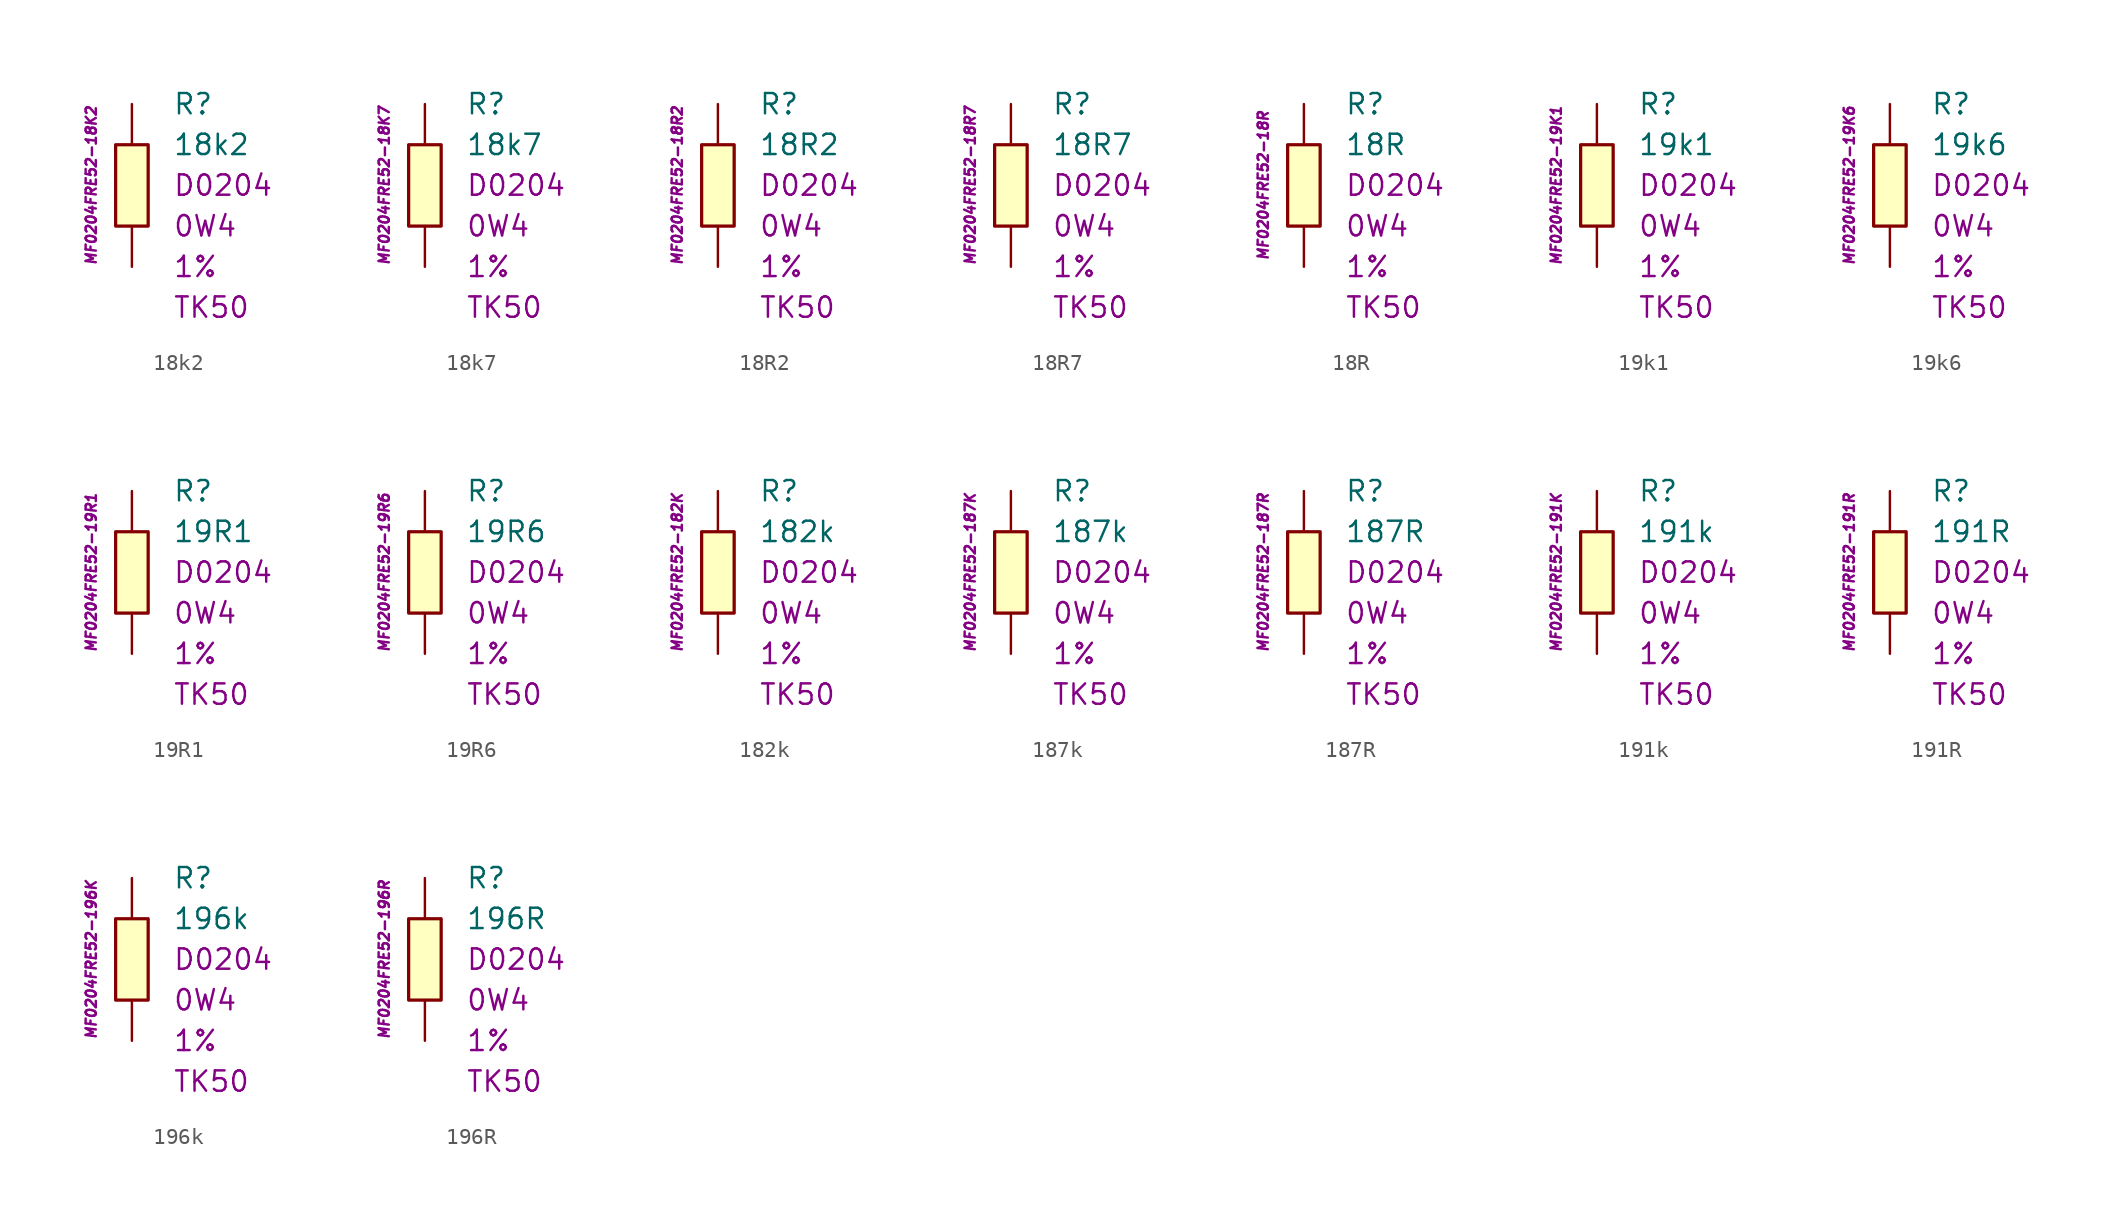
<source format=kicad_sym>
(kicad_symbol_lib
  (version 20201005)
  (generator kicad_symbol_editor)
  (symbol "18k2"
    (pin_numbers hide)
    (pin_names
      (offset 1.016) hide)
    (property "Reference" "R"
      (at 2.54 5.08 0)
      (effects (font (size 1.27 1.27)) (justify left)))
    (property "Value" "18k2"
      (at 2.54 2.54 0)
      (effects (font (size 1.27 1.27)) (justify left)))
    (property "Package" "D0204"
      (at 2.54 0 0)
      (effects (font (size 1.27 1.27)) (justify left)))
    (property "Power" "0W4"
      (at 2.54 -2.54 0)
      (effects (font (size 1.27 1.27)) (justify left)))
    (property "Tolerance" "1%"
      (at 2.54 -5.08 0)
      (effects (font (size 1.27 1.27)) (justify left)))
    (property "TK" "TK50"
      (at 2.54 -7.62 0)
      (effects (font (size 1.27 1.27)) (justify left)))
    (property "ID" "MF0204FRE52-18K2"
      (at -2.54 0 90)
      (effects (font (size 0.635 0.635) italic)))
    (symbol "18k2_0_1"
      (rectangle (start -1.016 2.54) (end 1.016 -2.54) (stroke (width 0.203)) (fill (type background))))
    (symbol "18k2_1_1"
      (pin passive line (at 0 5.08 270) (length 2.54) (name "~" (effects (font (size 1.778 1.778)))) (number "1" (effects (font (size 1.778 1.778)))))
      (pin passive line (at 0 -5.08 90) (length 2.54) (name "~" (effects (font (size 1.778 1.778)))) (number "2" (effects (font (size 1.778 1.778)))))))
  (symbol "18k7"
    (pin_numbers hide)
    (pin_names
      (offset 1.016) hide)
    (property "Reference" "R"
      (at 2.54 5.08 0)
      (effects (font (size 1.27 1.27)) (justify left)))
    (property "Value" "18k7"
      (at 2.54 2.54 0)
      (effects (font (size 1.27 1.27)) (justify left)))
    (property "Package" "D0204"
      (at 2.54 0 0)
      (effects (font (size 1.27 1.27)) (justify left)))
    (property "Power" "0W4"
      (at 2.54 -2.54 0)
      (effects (font (size 1.27 1.27)) (justify left)))
    (property "Tolerance" "1%"
      (at 2.54 -5.08 0)
      (effects (font (size 1.27 1.27)) (justify left)))
    (property "TK" "TK50"
      (at 2.54 -7.62 0)
      (effects (font (size 1.27 1.27)) (justify left)))
    (property "ID" "MF0204FRE52-18K7"
      (at -2.54 0 90)
      (effects (font (size 0.635 0.635) italic)))
    (symbol "18k7_0_1"
      (rectangle (start -1.016 2.54) (end 1.016 -2.54) (stroke (width 0.203)) (fill (type background))))
    (symbol "18k7_1_1"
      (pin passive line (at 0 5.08 270) (length 2.54) (name "~" (effects (font (size 1.778 1.778)))) (number "1" (effects (font (size 1.778 1.778)))))
      (pin passive line (at 0 -5.08 90) (length 2.54) (name "~" (effects (font (size 1.778 1.778)))) (number "2" (effects (font (size 1.778 1.778)))))))
  (symbol "18R2"
    (pin_numbers hide)
    (pin_names
      (offset 1.016) hide)
    (property "Reference" "R"
      (at 2.54 5.08 0)
      (effects (font (size 1.27 1.27)) (justify left)))
    (property "Value" "18R2"
      (at 2.54 2.54 0)
      (effects (font (size 1.27 1.27)) (justify left)))
    (property "Package" "D0204"
      (at 2.54 0 0)
      (effects (font (size 1.27 1.27)) (justify left)))
    (property "Power" "0W4"
      (at 2.54 -2.54 0)
      (effects (font (size 1.27 1.27)) (justify left)))
    (property "Tolerance" "1%"
      (at 2.54 -5.08 0)
      (effects (font (size 1.27 1.27)) (justify left)))
    (property "TK" "TK50"
      (at 2.54 -7.62 0)
      (effects (font (size 1.27 1.27)) (justify left)))
    (property "ID" "MF0204FRE52-18R2"
      (at -2.54 0 90)
      (effects (font (size 0.635 0.635) italic)))
    (symbol "18R2_0_1"
      (rectangle (start -1.016 2.54) (end 1.016 -2.54) (stroke (width 0.203)) (fill (type background))))
    (symbol "18R2_1_1"
      (pin passive line (at 0 5.08 270) (length 2.54) (name "~" (effects (font (size 1.778 1.778)))) (number "1" (effects (font (size 1.778 1.778)))))
      (pin passive line (at 0 -5.08 90) (length 2.54) (name "~" (effects (font (size 1.778 1.778)))) (number "2" (effects (font (size 1.778 1.778)))))))
  (symbol "18R7"
    (pin_numbers hide)
    (pin_names
      (offset 1.016) hide)
    (property "Reference" "R"
      (at 2.54 5.08 0)
      (effects (font (size 1.27 1.27)) (justify left)))
    (property "Value" "18R7"
      (at 2.54 2.54 0)
      (effects (font (size 1.27 1.27)) (justify left)))
    (property "Package" "D0204"
      (at 2.54 0 0)
      (effects (font (size 1.27 1.27)) (justify left)))
    (property "Power" "0W4"
      (at 2.54 -2.54 0)
      (effects (font (size 1.27 1.27)) (justify left)))
    (property "Tolerance" "1%"
      (at 2.54 -5.08 0)
      (effects (font (size 1.27 1.27)) (justify left)))
    (property "TK" "TK50"
      (at 2.54 -7.62 0)
      (effects (font (size 1.27 1.27)) (justify left)))
    (property "ID" "MF0204FRE52-18R7"
      (at -2.54 0 90)
      (effects (font (size 0.635 0.635) italic)))
    (symbol "18R7_0_1"
      (rectangle (start -1.016 2.54) (end 1.016 -2.54) (stroke (width 0.203)) (fill (type background))))
    (symbol "18R7_1_1"
      (pin passive line (at 0 5.08 270) (length 2.54) (name "~" (effects (font (size 1.778 1.778)))) (number "1" (effects (font (size 1.778 1.778)))))
      (pin passive line (at 0 -5.08 90) (length 2.54) (name "~" (effects (font (size 1.778 1.778)))) (number "2" (effects (font (size 1.778 1.778)))))))
  (symbol "18R"
    (pin_numbers hide)
    (pin_names
      (offset 1.016) hide)
    (property "Reference" "R"
      (at 2.54 5.08 0)
      (effects (font (size 1.27 1.27)) (justify left)))
    (property "Value" "18R"
      (at 2.54 2.54 0)
      (effects (font (size 1.27 1.27)) (justify left)))
    (property "Package" "D0204"
      (at 2.54 0 0)
      (effects (font (size 1.27 1.27)) (justify left)))
    (property "Power" "0W4"
      (at 2.54 -2.54 0)
      (effects (font (size 1.27 1.27)) (justify left)))
    (property "Tolerance" "1%"
      (at 2.54 -5.08 0)
      (effects (font (size 1.27 1.27)) (justify left)))
    (property "TK" "TK50"
      (at 2.54 -7.62 0)
      (effects (font (size 1.27 1.27)) (justify left)))
    (property "ID" "MF0204FRE52-18R"
      (at -2.54 0 90)
      (effects (font (size 0.635 0.635) italic)))
    (symbol "18R_0_1"
      (rectangle (start -1.016 2.54) (end 1.016 -2.54) (stroke (width 0.203)) (fill (type background))))
    (symbol "18R_1_1"
      (pin passive line (at 0 5.08 270) (length 2.54) (name "~" (effects (font (size 1.778 1.778)))) (number "1" (effects (font (size 1.778 1.778)))))
      (pin passive line (at 0 -5.08 90) (length 2.54) (name "~" (effects (font (size 1.778 1.778)))) (number "2" (effects (font (size 1.778 1.778)))))))
  (symbol "19k1"
    (pin_numbers hide)
    (pin_names
      (offset 1.016) hide)
    (property "Reference" "R"
      (at 2.54 5.08 0)
      (effects (font (size 1.27 1.27)) (justify left)))
    (property "Value" "19k1"
      (at 2.54 2.54 0)
      (effects (font (size 1.27 1.27)) (justify left)))
    (property "Package" "D0204"
      (at 2.54 0 0)
      (effects (font (size 1.27 1.27)) (justify left)))
    (property "Power" "0W4"
      (at 2.54 -2.54 0)
      (effects (font (size 1.27 1.27)) (justify left)))
    (property "Tolerance" "1%"
      (at 2.54 -5.08 0)
      (effects (font (size 1.27 1.27)) (justify left)))
    (property "TK" "TK50"
      (at 2.54 -7.62 0)
      (effects (font (size 1.27 1.27)) (justify left)))
    (property "ID" "MF0204FRE52-19K1"
      (at -2.54 0 90)
      (effects (font (size 0.635 0.635) italic)))
    (symbol "19k1_0_1"
      (rectangle (start -1.016 2.54) (end 1.016 -2.54) (stroke (width 0.203)) (fill (type background))))
    (symbol "19k1_1_1"
      (pin passive line (at 0 5.08 270) (length 2.54) (name "~" (effects (font (size 1.778 1.778)))) (number "1" (effects (font (size 1.778 1.778)))))
      (pin passive line (at 0 -5.08 90) (length 2.54) (name "~" (effects (font (size 1.778 1.778)))) (number "2" (effects (font (size 1.778 1.778)))))))
  (symbol "19k6"
    (pin_numbers hide)
    (pin_names
      (offset 1.016) hide)
    (property "Reference" "R"
      (at 2.54 5.08 0)
      (effects (font (size 1.27 1.27)) (justify left)))
    (property "Value" "19k6"
      (at 2.54 2.54 0)
      (effects (font (size 1.27 1.27)) (justify left)))
    (property "Package" "D0204"
      (at 2.54 0 0)
      (effects (font (size 1.27 1.27)) (justify left)))
    (property "Power" "0W4"
      (at 2.54 -2.54 0)
      (effects (font (size 1.27 1.27)) (justify left)))
    (property "Tolerance" "1%"
      (at 2.54 -5.08 0)
      (effects (font (size 1.27 1.27)) (justify left)))
    (property "TK" "TK50"
      (at 2.54 -7.62 0)
      (effects (font (size 1.27 1.27)) (justify left)))
    (property "ID" "MF0204FRE52-19K6"
      (at -2.54 0 90)
      (effects (font (size 0.635 0.635) italic)))
    (symbol "19k6_0_1"
      (rectangle (start -1.016 2.54) (end 1.016 -2.54) (stroke (width 0.203)) (fill (type background))))
    (symbol "19k6_1_1"
      (pin passive line (at 0 5.08 270) (length 2.54) (name "~" (effects (font (size 1.778 1.778)))) (number "1" (effects (font (size 1.778 1.778)))))
      (pin passive line (at 0 -5.08 90) (length 2.54) (name "~" (effects (font (size 1.778 1.778)))) (number "2" (effects (font (size 1.778 1.778)))))))
  (symbol "19R1"
    (pin_numbers hide)
    (pin_names
      (offset 1.016) hide)
    (property "Reference" "R"
      (at 2.54 5.08 0)
      (effects (font (size 1.27 1.27)) (justify left)))
    (property "Value" "19R1"
      (at 2.54 2.54 0)
      (effects (font (size 1.27 1.27)) (justify left)))
    (property "Package" "D0204"
      (at 2.54 0 0)
      (effects (font (size 1.27 1.27)) (justify left)))
    (property "Power" "0W4"
      (at 2.54 -2.54 0)
      (effects (font (size 1.27 1.27)) (justify left)))
    (property "Tolerance" "1%"
      (at 2.54 -5.08 0)
      (effects (font (size 1.27 1.27)) (justify left)))
    (property "TK" "TK50"
      (at 2.54 -7.62 0)
      (effects (font (size 1.27 1.27)) (justify left)))
    (property "ID" "MF0204FRE52-19R1"
      (at -2.54 0 90)
      (effects (font (size 0.635 0.635) italic)))
    (symbol "19R1_0_1"
      (rectangle (start -1.016 2.54) (end 1.016 -2.54) (stroke (width 0.203)) (fill (type background))))
    (symbol "19R1_1_1"
      (pin passive line (at 0 5.08 270) (length 2.54) (name "~" (effects (font (size 1.778 1.778)))) (number "1" (effects (font (size 1.778 1.778)))))
      (pin passive line (at 0 -5.08 90) (length 2.54) (name "~" (effects (font (size 1.778 1.778)))) (number "2" (effects (font (size 1.778 1.778)))))))
  (symbol "19R6"
    (pin_numbers hide)
    (pin_names
      (offset 1.016) hide)
    (property "Reference" "R"
      (at 2.54 5.08 0)
      (effects (font (size 1.27 1.27)) (justify left)))
    (property "Value" "19R6"
      (at 2.54 2.54 0)
      (effects (font (size 1.27 1.27)) (justify left)))
    (property "Package" "D0204"
      (at 2.54 0 0)
      (effects (font (size 1.27 1.27)) (justify left)))
    (property "Power" "0W4"
      (at 2.54 -2.54 0)
      (effects (font (size 1.27 1.27)) (justify left)))
    (property "Tolerance" "1%"
      (at 2.54 -5.08 0)
      (effects (font (size 1.27 1.27)) (justify left)))
    (property "TK" "TK50"
      (at 2.54 -7.62 0)
      (effects (font (size 1.27 1.27)) (justify left)))
    (property "ID" "MF0204FRE52-19R6"
      (at -2.54 0 90)
      (effects (font (size 0.635 0.635) italic)))
    (symbol "19R6_0_1"
      (rectangle (start -1.016 2.54) (end 1.016 -2.54) (stroke (width 0.203)) (fill (type background))))
    (symbol "19R6_1_1"
      (pin passive line (at 0 5.08 270) (length 2.54) (name "~" (effects (font (size 1.778 1.778)))) (number "1" (effects (font (size 1.778 1.778)))))
      (pin passive line (at 0 -5.08 90) (length 2.54) (name "~" (effects (font (size 1.778 1.778)))) (number "2" (effects (font (size 1.778 1.778)))))))
  (symbol "182k"
    (pin_numbers hide)
    (pin_names
      (offset 1.016) hide)
    (property "Reference" "R"
      (at 2.54 5.08 0)
      (effects (font (size 1.27 1.27)) (justify left)))
    (property "Value" "182k"
      (at 2.54 2.54 0)
      (effects (font (size 1.27 1.27)) (justify left)))
    (property "Package" "D0204"
      (at 2.54 0 0)
      (effects (font (size 1.27 1.27)) (justify left)))
    (property "Power" "0W4"
      (at 2.54 -2.54 0)
      (effects (font (size 1.27 1.27)) (justify left)))
    (property "Tolerance" "1%"
      (at 2.54 -5.08 0)
      (effects (font (size 1.27 1.27)) (justify left)))
    (property "TK" "TK50"
      (at 2.54 -7.62 0)
      (effects (font (size 1.27 1.27)) (justify left)))
    (property "ID" "MF0204FRE52-182K"
      (at -2.54 0 90)
      (effects (font (size 0.635 0.635) italic)))
    (symbol "182k_0_1"
      (rectangle (start -1.016 2.54) (end 1.016 -2.54) (stroke (width 0.203)) (fill (type background))))
    (symbol "182k_1_1"
      (pin passive line (at 0 5.08 270) (length 2.54) (name "~" (effects (font (size 1.778 1.778)))) (number "1" (effects (font (size 1.778 1.778)))))
      (pin passive line (at 0 -5.08 90) (length 2.54) (name "~" (effects (font (size 1.778 1.778)))) (number "2" (effects (font (size 1.778 1.778)))))))
  (symbol "187k"
    (pin_numbers hide)
    (pin_names
      (offset 1.016) hide)
    (property "Reference" "R"
      (at 2.54 5.08 0)
      (effects (font (size 1.27 1.27)) (justify left)))
    (property "Value" "187k"
      (at 2.54 2.54 0)
      (effects (font (size 1.27 1.27)) (justify left)))
    (property "Package" "D0204"
      (at 2.54 0 0)
      (effects (font (size 1.27 1.27)) (justify left)))
    (property "Power" "0W4"
      (at 2.54 -2.54 0)
      (effects (font (size 1.27 1.27)) (justify left)))
    (property "Tolerance" "1%"
      (at 2.54 -5.08 0)
      (effects (font (size 1.27 1.27)) (justify left)))
    (property "TK" "TK50"
      (at 2.54 -7.62 0)
      (effects (font (size 1.27 1.27)) (justify left)))
    (property "ID" "MF0204FRE52-187K"
      (at -2.54 0 90)
      (effects (font (size 0.635 0.635) italic)))
    (symbol "187k_0_1"
      (rectangle (start -1.016 2.54) (end 1.016 -2.54) (stroke (width 0.203)) (fill (type background))))
    (symbol "187k_1_1"
      (pin passive line (at 0 5.08 270) (length 2.54) (name "~" (effects (font (size 1.778 1.778)))) (number "1" (effects (font (size 1.778 1.778)))))
      (pin passive line (at 0 -5.08 90) (length 2.54) (name "~" (effects (font (size 1.778 1.778)))) (number "2" (effects (font (size 1.778 1.778)))))))
  (symbol "187R"
    (pin_numbers hide)
    (pin_names
      (offset 1.016) hide)
    (property "Reference" "R"
      (at 2.54 5.08 0)
      (effects (font (size 1.27 1.27)) (justify left)))
    (property "Value" "187R"
      (at 2.54 2.54 0)
      (effects (font (size 1.27 1.27)) (justify left)))
    (property "Package" "D0204"
      (at 2.54 0 0)
      (effects (font (size 1.27 1.27)) (justify left)))
    (property "Power" "0W4"
      (at 2.54 -2.54 0)
      (effects (font (size 1.27 1.27)) (justify left)))
    (property "Tolerance" "1%"
      (at 2.54 -5.08 0)
      (effects (font (size 1.27 1.27)) (justify left)))
    (property "TK" "TK50"
      (at 2.54 -7.62 0)
      (effects (font (size 1.27 1.27)) (justify left)))
    (property "ID" "MF0204FRE52-187R"
      (at -2.54 0 90)
      (effects (font (size 0.635 0.635) italic)))
    (symbol "187R_0_1"
      (rectangle (start -1.016 2.54) (end 1.016 -2.54) (stroke (width 0.203)) (fill (type background))))
    (symbol "187R_1_1"
      (pin passive line (at 0 5.08 270) (length 2.54) (name "~" (effects (font (size 1.778 1.778)))) (number "1" (effects (font (size 1.778 1.778)))))
      (pin passive line (at 0 -5.08 90) (length 2.54) (name "~" (effects (font (size 1.778 1.778)))) (number "2" (effects (font (size 1.778 1.778)))))))
  (symbol "191k"
    (pin_numbers hide)
    (pin_names
      (offset 1.016) hide)
    (property "Reference" "R"
      (at 2.54 5.08 0)
      (effects (font (size 1.27 1.27)) (justify left)))
    (property "Value" "191k"
      (at 2.54 2.54 0)
      (effects (font (size 1.27 1.27)) (justify left)))
    (property "Package" "D0204"
      (at 2.54 0 0)
      (effects (font (size 1.27 1.27)) (justify left)))
    (property "Power" "0W4"
      (at 2.54 -2.54 0)
      (effects (font (size 1.27 1.27)) (justify left)))
    (property "Tolerance" "1%"
      (at 2.54 -5.08 0)
      (effects (font (size 1.27 1.27)) (justify left)))
    (property "TK" "TK50"
      (at 2.54 -7.62 0)
      (effects (font (size 1.27 1.27)) (justify left)))
    (property "ID" "MF0204FRE52-191K"
      (at -2.54 0 90)
      (effects (font (size 0.635 0.635) italic)))
    (symbol "191k_0_1"
      (rectangle (start -1.016 2.54) (end 1.016 -2.54) (stroke (width 0.203)) (fill (type background))))
    (symbol "191k_1_1"
      (pin passive line (at 0 5.08 270) (length 2.54) (name "~" (effects (font (size 1.778 1.778)))) (number "1" (effects (font (size 1.778 1.778)))))
      (pin passive line (at 0 -5.08 90) (length 2.54) (name "~" (effects (font (size 1.778 1.778)))) (number "2" (effects (font (size 1.778 1.778)))))))
  (symbol "191R"
    (pin_numbers hide)
    (pin_names
      (offset 1.016) hide)
    (property "Reference" "R"
      (at 2.54 5.08 0)
      (effects (font (size 1.27 1.27)) (justify left)))
    (property "Value" "191R"
      (at 2.54 2.54 0)
      (effects (font (size 1.27 1.27)) (justify left)))
    (property "Package" "D0204"
      (at 2.54 0 0)
      (effects (font (size 1.27 1.27)) (justify left)))
    (property "Power" "0W4"
      (at 2.54 -2.54 0)
      (effects (font (size 1.27 1.27)) (justify left)))
    (property "Tolerance" "1%"
      (at 2.54 -5.08 0)
      (effects (font (size 1.27 1.27)) (justify left)))
    (property "TK" "TK50"
      (at 2.54 -7.62 0)
      (effects (font (size 1.27 1.27)) (justify left)))
    (property "ID" "MF0204FRE52-191R"
      (at -2.54 0 90)
      (effects (font (size 0.635 0.635) italic)))
    (symbol "191R_0_1"
      (rectangle (start -1.016 2.54) (end 1.016 -2.54) (stroke (width 0.203)) (fill (type background))))
    (symbol "191R_1_1"
      (pin passive line (at 0 5.08 270) (length 2.54) (name "~" (effects (font (size 1.778 1.778)))) (number "1" (effects (font (size 1.778 1.778)))))
      (pin passive line (at 0 -5.08 90) (length 2.54) (name "~" (effects (font (size 1.778 1.778)))) (number "2" (effects (font (size 1.778 1.778)))))))
  (symbol "196k"
    (pin_numbers hide)
    (pin_names
      (offset 1.016) hide)
    (property "Reference" "R"
      (at 2.54 5.08 0)
      (effects (font (size 1.27 1.27)) (justify left)))
    (property "Value" "196k"
      (at 2.54 2.54 0)
      (effects (font (size 1.27 1.27)) (justify left)))
    (property "Package" "D0204"
      (at 2.54 0 0)
      (effects (font (size 1.27 1.27)) (justify left)))
    (property "Power" "0W4"
      (at 2.54 -2.54 0)
      (effects (font (size 1.27 1.27)) (justify left)))
    (property "Tolerance" "1%"
      (at 2.54 -5.08 0)
      (effects (font (size 1.27 1.27)) (justify left)))
    (property "TK" "TK50"
      (at 2.54 -7.62 0)
      (effects (font (size 1.27 1.27)) (justify left)))
    (property "ID" "MF0204FRE52-196K"
      (at -2.54 0 90)
      (effects (font (size 0.635 0.635) italic)))
    (symbol "196k_0_1"
      (rectangle (start -1.016 2.54) (end 1.016 -2.54) (stroke (width 0.203)) (fill (type background))))
    (symbol "196k_1_1"
      (pin passive line (at 0 5.08 270) (length 2.54) (name "~" (effects (font (size 1.778 1.778)))) (number "1" (effects (font (size 1.778 1.778)))))
      (pin passive line (at 0 -5.08 90) (length 2.54) (name "~" (effects (font (size 1.778 1.778)))) (number "2" (effects (font (size 1.778 1.778)))))))
  (symbol "196R"
    (pin_numbers hide)
    (pin_names
      (offset 1.016) hide)
    (property "Reference" "R"
      (at 2.54 5.08 0)
      (effects (font (size 1.27 1.27)) (justify left)))
    (property "Value" "196R"
      (at 2.54 2.54 0)
      (effects (font (size 1.27 1.27)) (justify left)))
    (property "Package" "D0204"
      (at 2.54 0 0)
      (effects (font (size 1.27 1.27)) (justify left)))
    (property "Power" "0W4"
      (at 2.54 -2.54 0)
      (effects (font (size 1.27 1.27)) (justify left)))
    (property "Tolerance" "1%"
      (at 2.54 -5.08 0)
      (effects (font (size 1.27 1.27)) (justify left)))
    (property "TK" "TK50"
      (at 2.54 -7.62 0)
      (effects (font (size 1.27 1.27)) (justify left)))
    (property "ID" "MF0204FRE52-196R"
      (at -2.54 0 90)
      (effects (font (size 0.635 0.635) italic)))
    (symbol "196R_0_1"
      (rectangle (start -1.016 2.54) (end 1.016 -2.54) (stroke (width 0.203)) (fill (type background))))
    (symbol "196R_1_1"
      (pin passive line (at 0 5.08 270) (length 2.54) (name "~" (effects (font (size 1.778 1.778)))) (number "1" (effects (font (size 1.778 1.778)))))
      (pin passive line (at 0 -5.08 90) (length 2.54) (name "~" (effects (font (size 1.778 1.778)))) (number "2" (effects (font (size 1.778 1.778))))))))
</source>
